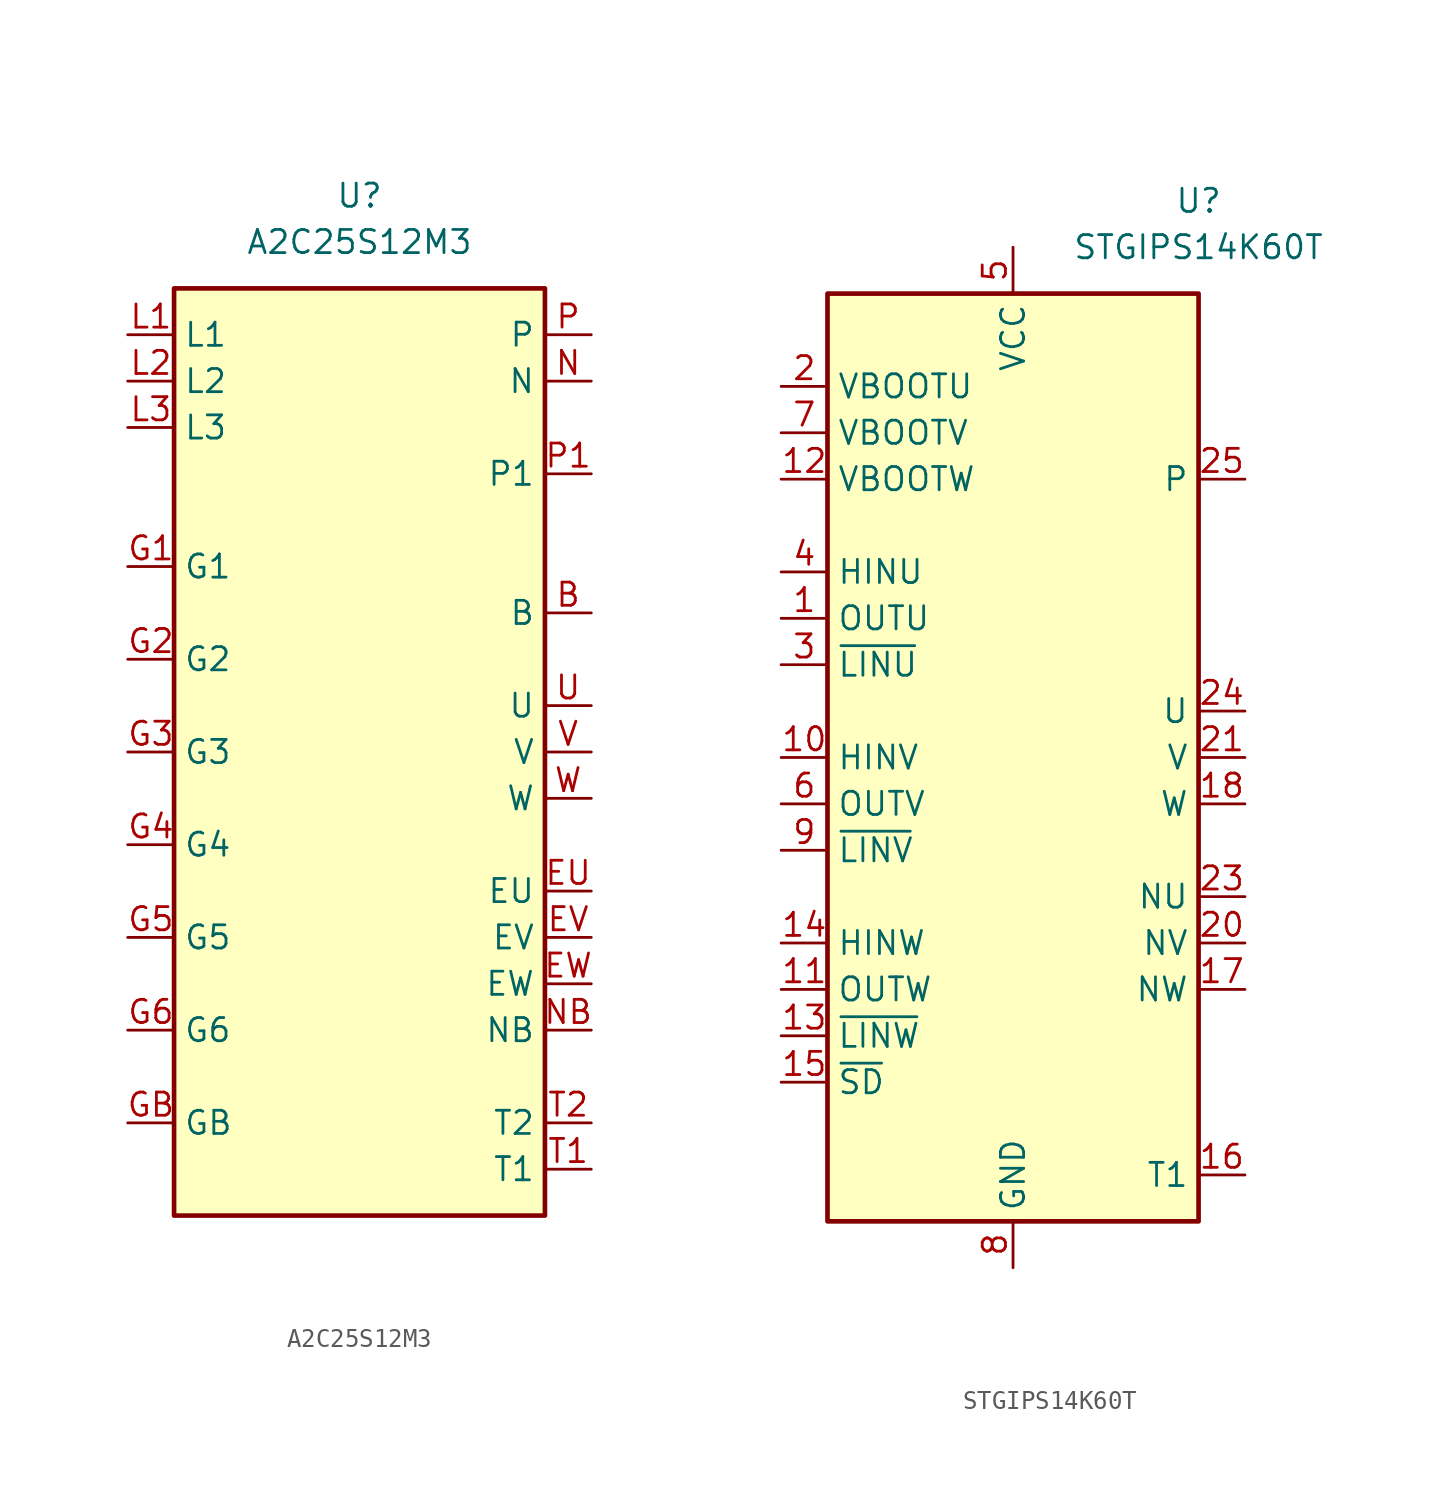
<source format=kicad_sym>
(kicad_symbol_lib
  (version 20231120)
  (generator "kicad_symbol_editor")
  (generator_version "8.0")
  (symbol "A2C25S12M3"
    (property "Reference" "U"
      (at 0 30.48 0)
      (effects (font (size 1.27 1.27))))
    (property "Value" "A2C25S12M3"
      (at 0 27.94 0)
      (effects (font (size 1.27 1.27))))
    (symbol "A2C25S12M3_1_1"
      (rectangle (start -10.16 25.4) (end 10.16 -25.4) (stroke (width 0.254) (type default)) (fill (type background)))
      (pin passive line (at 12.7 7.62 180) (length 2.54) (name "B" (effects (font (size 1.27 1.27)))) (number "B" (effects (font (size 1.27 1.27)))))
      (pin passive line (at 12.7 -7.62 180) (length 2.54) (name "EU" (effects (font (size 1.27 1.27)))) (number "EU" (effects (font (size 1.27 1.27)))))
      (pin passive line (at 12.7 -10.16 180) (length 2.54) (name "EV" (effects (font (size 1.27 1.27)))) (number "EV" (effects (font (size 1.27 1.27)))))
      (pin passive line (at 12.7 -12.7 180) (length 2.54) (name "EW" (effects (font (size 1.27 1.27)))) (number "EW" (effects (font (size 1.27 1.27)))))
      (pin passive line (at -12.7 10.16 0) (length 2.54) (name "G1" (effects (font (size 1.27 1.27)))) (number "G1" (effects (font (size 1.27 1.27)))))
      (pin passive line (at -12.7 5.08 0) (length 2.54) (name "G2" (effects (font (size 1.27 1.27)))) (number "G2" (effects (font (size 1.27 1.27)))))
      (pin passive line (at -12.7 0 0) (length 2.54) (name "G3" (effects (font (size 1.27 1.27)))) (number "G3" (effects (font (size 1.27 1.27)))))
      (pin passive line (at -12.7 -5.08 0) (length 2.54) (name "G4" (effects (font (size 1.27 1.27)))) (number "G4" (effects (font (size 1.27 1.27)))))
      (pin passive line (at -12.7 -10.16 0) (length 2.54) (name "G5" (effects (font (size 1.27 1.27)))) (number "G5" (effects (font (size 1.27 1.27)))))
      (pin passive line (at -12.7 -15.24 0) (length 2.54) (name "G6" (effects (font (size 1.27 1.27)))) (number "G6" (effects (font (size 1.27 1.27)))))
      (pin passive line (at -12.7 -20.32 0) (length 2.54) (name "GB" (effects (font (size 1.27 1.27)))) (number "GB" (effects (font (size 1.27 1.27)))))
      (pin passive line (at -12.7 22.86 0) (length 2.54) (name "L1" (effects (font (size 1.27 1.27)))) (number "L1" (effects (font (size 1.27 1.27)))))
      (pin passive line (at -12.7 20.32 0) (length 2.54) (name "L2" (effects (font (size 1.27 1.27)))) (number "L2" (effects (font (size 1.27 1.27)))))
      (pin passive line (at -12.7 17.78 0) (length 2.54) (name "L3" (effects (font (size 1.27 1.27)))) (number "L3" (effects (font (size 1.27 1.27)))))
      (pin passive line (at 12.7 20.32 180) (length 2.54) (name "N" (effects (font (size 1.27 1.27)))) (number "N" (effects (font (size 1.27 1.27)))))
      (pin passive line (at 12.7 -15.24 180) (length 2.54) (name "NB" (effects (font (size 1.27 1.27)))) (number "NB" (effects (font (size 1.27 1.27)))))
      (pin passive line (at 12.7 22.86 180) (length 2.54) (name "P" (effects (font (size 1.27 1.27)))) (number "P" (effects (font (size 1.27 1.27)))))
      (pin passive line (at 12.7 15.24 180) (length 2.54) (name "P1" (effects (font (size 1.27 1.27)))) (number "P1" (effects (font (size 1.27 1.27)))))
      (pin passive line (at 12.7 -22.86 180) (length 2.54) (name "T1" (effects (font (size 1.27 1.27)))) (number "T1" (effects (font (size 1.27 1.27)))))
      (pin passive line (at 12.7 -20.32 180) (length 2.54) (name "T2" (effects (font (size 1.27 1.27)))) (number "T2" (effects (font (size 1.27 1.27)))))
      (pin passive line (at 12.7 2.54 180) (length 2.54) (name "U" (effects (font (size 1.27 1.27)))) (number "U" (effects (font (size 1.27 1.27)))))
      (pin passive line (at 12.7 0 180) (length 2.54) (name "V" (effects (font (size 1.27 1.27)))) (number "V" (effects (font (size 1.27 1.27)))))
      (pin passive line (at 12.7 -2.54 180) (length 2.54) (name "W" (effects (font (size 1.27 1.27)))) (number "W" (effects (font (size 1.27 1.27)))))))
  (symbol "STGIPS14K60T"
    (property "Reference" "U"
      (at 10.16 30.48 0)
      (effects (font (size 1.27 1.27))))
    (property "Value" "STGIPS14K60T"
      (at 10.16 27.94 0)
      (effects (font (size 1.27 1.27))))
    (symbol "STGIPS14K60T_0_1"
      (rectangle (start -10.16 25.4) (end 10.16 -25.4) (stroke (width 0.254) (type default)) (fill (type background))))
    (symbol "STGIPS14K60T_1_1"
      (pin output line (at -12.7 7.62 0) (length 2.54) (name "OUTU" (effects (font (size 1.27 1.27)))) (number "1" (effects (font (size 1.27 1.27)))))
      (pin input line (at -12.7 0 0) (length 2.54) (name "HINV" (effects (font (size 1.27 1.27)))) (number "10" (effects (font (size 1.27 1.27)))))
      (pin output line (at -12.7 -12.7 0) (length 2.54) (name "OUTW" (effects (font (size 1.27 1.27)))) (number "11" (effects (font (size 1.27 1.27)))))
      (pin passive line (at -12.7 15.24 0) (length 2.54) (name "VBOOTW" (effects (font (size 1.27 1.27)))) (number "12" (effects (font (size 1.27 1.27)))))
      (pin input line (at -12.7 -15.24 0) (length 2.54) (name "~{LINW}" (effects (font (size 1.27 1.27)))) (number "13" (effects (font (size 1.27 1.27)))))
      (pin input line (at -12.7 -10.16 0) (length 2.54) (name "HINW" (effects (font (size 1.27 1.27)))) (number "14" (effects (font (size 1.27 1.27)))))
      (pin input line (at -12.7 -17.78 0) (length 2.54) (name "~{SD}" (effects (font (size 1.27 1.27)))) (number "15" (effects (font (size 1.27 1.27)))))
      (pin passive line (at 12.7 -22.86 180) (length 2.54) (name "T1" (effects (font (size 1.27 1.27)))) (number "16" (effects (font (size 1.27 1.27)))))
      (pin passive line (at 12.7 -12.7 180) (length 2.54) (name "NW" (effects (font (size 1.27 1.27)))) (number "17" (effects (font (size 1.27 1.27)))))
      (pin passive line (at 12.7 -2.54 180) (length 2.54) (name "W" (effects (font (size 1.27 1.27)))) (number "18" (effects (font (size 1.27 1.27)))))
      (pin passive line (at 12.7 15.24 180) (length 2.54) hide (name "P" (effects (font (size 1.27 1.27)))) (number "19" (effects (font (size 1.27 1.27)))))
      (pin passive line (at -12.7 20.32 0) (length 2.54) (name "VBOOTU" (effects (font (size 1.27 1.27)))) (number "2" (effects (font (size 1.27 1.27)))))
      (pin passive line (at 12.7 -10.16 180) (length 2.54) (name "NV" (effects (font (size 1.27 1.27)))) (number "20" (effects (font (size 1.27 1.27)))))
      (pin passive line (at 12.7 0 180) (length 2.54) (name "V" (effects (font (size 1.27 1.27)))) (number "21" (effects (font (size 1.27 1.27)))))
      (pin passive line (at 12.7 15.24 180) (length 2.54) hide (name "P" (effects (font (size 1.27 1.27)))) (number "22" (effects (font (size 1.27 1.27)))))
      (pin passive line (at 12.7 -7.62 180) (length 2.54) (name "NU" (effects (font (size 1.27 1.27)))) (number "23" (effects (font (size 1.27 1.27)))))
      (pin passive line (at 12.7 2.54 180) (length 2.54) (name "U" (effects (font (size 1.27 1.27)))) (number "24" (effects (font (size 1.27 1.27)))))
      (pin passive line (at 12.7 15.24 180) (length 2.54) (name "P" (effects (font (size 1.27 1.27)))) (number "25" (effects (font (size 1.27 1.27)))))
      (pin input line (at -12.7 5.08 0) (length 2.54) (name "~{LINU}" (effects (font (size 1.27 1.27)))) (number "3" (effects (font (size 1.27 1.27)))))
      (pin input line (at -12.7 10.16 0) (length 2.54) (name "HINU" (effects (font (size 1.27 1.27)))) (number "4" (effects (font (size 1.27 1.27)))))
      (pin power_in line (at 0 27.94 270) (length 2.54) (name "VCC" (effects (font (size 1.27 1.27)))) (number "5" (effects (font (size 1.27 1.27)))))
      (pin output line (at -12.7 -2.54 0) (length 2.54) (name "OUTV" (effects (font (size 1.27 1.27)))) (number "6" (effects (font (size 1.27 1.27)))))
      (pin passive line (at -12.7 17.78 0) (length 2.54) (name "VBOOTV" (effects (font (size 1.27 1.27)))) (number "7" (effects (font (size 1.27 1.27)))))
      (pin power_in line (at 0 -27.94 90) (length 2.54) (name "GND" (effects (font (size 1.27 1.27)))) (number "8" (effects (font (size 1.27 1.27)))))
      (pin input line (at -12.7 -5.08 0) (length 2.54) (name "~{LINV}" (effects (font (size 1.27 1.27)))) (number "9" (effects (font (size 1.27 1.27))))))))
</source>
